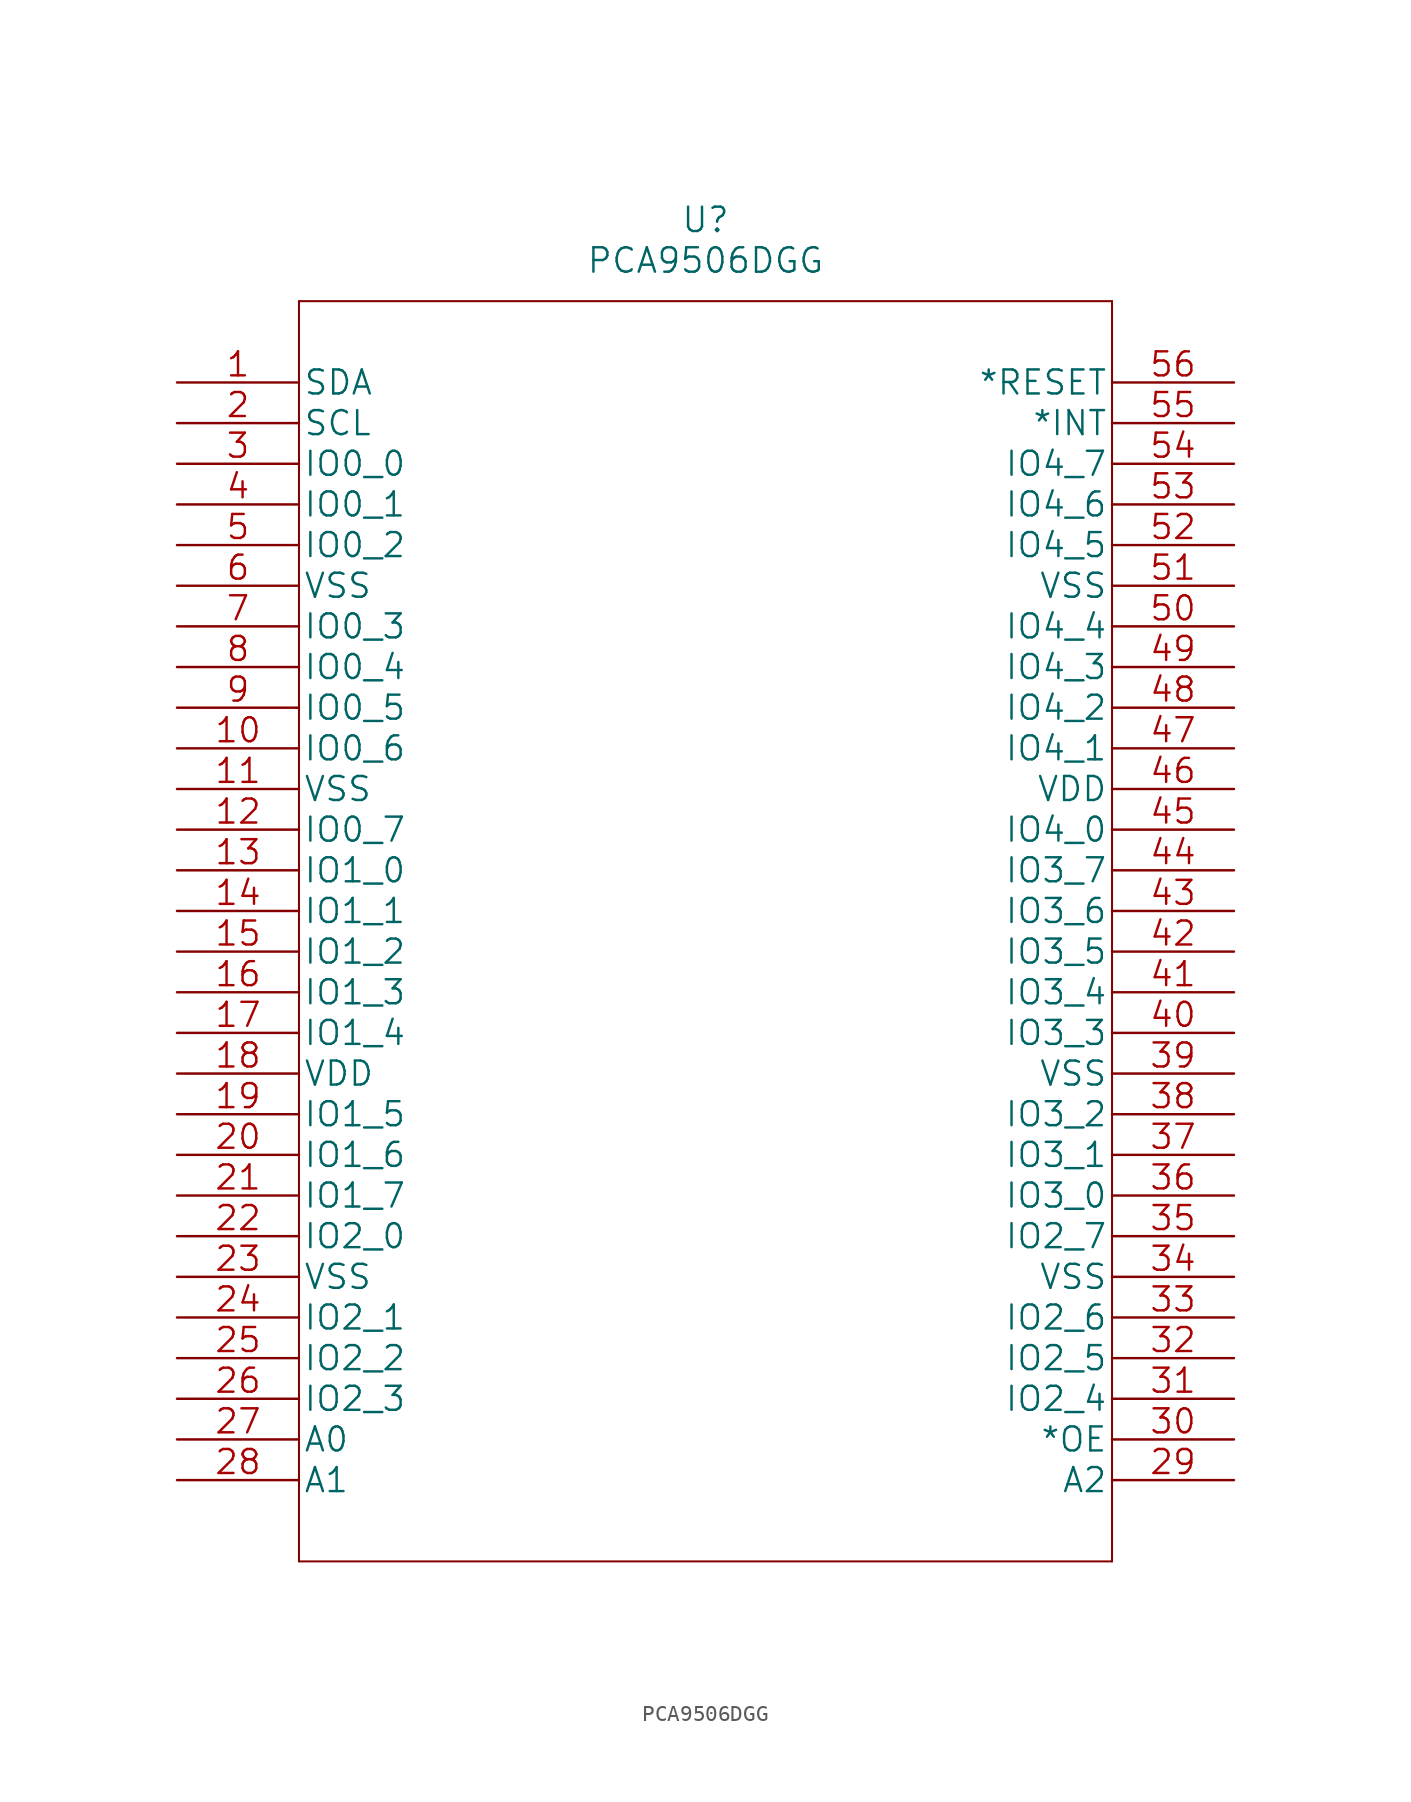
<source format=kicad_sym>
(kicad_symbol_lib
  (version 20211014)
  (generator kicad_symbol_editor)
  (symbol "PCA9506DGG"
    (pin_names
      (offset 0.254))
    (property "Reference" "U"
      (at 33.02 10.16 0)
      (effects (font (size 1.524 1.524))))
    (property "Value" "PCA9506DGG"
      (at 33.02 7.62 0)
      (effects (font (size 1.524 1.524))))
    (symbol "PCA9506DGG_1_1"
      (polyline (pts (xy 7.62 -73.66) (xy 58.42 -73.66)) (stroke (width 0.127) (type default) (color 0 0 0 0)) (fill (type none)))
      (polyline (pts (xy 7.62 5.08) (xy 7.62 -73.66)) (stroke (width 0.127) (type default) (color 0 0 0 0)) (fill (type none)))
      (polyline (pts (xy 58.42 -73.66) (xy 58.42 5.08)) (stroke (width 0.127) (type default) (color 0 0 0 0)) (fill (type none)))
      (polyline (pts (xy 58.42 5.08) (xy 7.62 5.08)) (stroke (width 0.127) (type default) (color 0 0 0 0)) (fill (type none)))
      (pin unspecified line (at 0 0 0) (length 7.62) (name "SDA" (effects (font (size 1.499 1.499)))) (number "1" (effects (font (size 1.499 1.499)))))
      (pin unspecified line (at 0 -22.86 0) (length 7.62) (name "IO0_6" (effects (font (size 1.499 1.499)))) (number "10" (effects (font (size 1.499 1.499)))))
      (pin unspecified line (at 0 -25.4 0) (length 7.62) (name "VSS" (effects (font (size 1.499 1.499)))) (number "11" (effects (font (size 1.499 1.499)))))
      (pin unspecified line (at 0 -27.94 0) (length 7.62) (name "IO0_7" (effects (font (size 1.499 1.499)))) (number "12" (effects (font (size 1.499 1.499)))))
      (pin unspecified line (at 0 -30.48 0) (length 7.62) (name "IO1_0" (effects (font (size 1.499 1.499)))) (number "13" (effects (font (size 1.499 1.499)))))
      (pin unspecified line (at 0 -33.02 0) (length 7.62) (name "IO1_1" (effects (font (size 1.499 1.499)))) (number "14" (effects (font (size 1.499 1.499)))))
      (pin unspecified line (at 0 -35.56 0) (length 7.62) (name "IO1_2" (effects (font (size 1.499 1.499)))) (number "15" (effects (font (size 1.499 1.499)))))
      (pin unspecified line (at 0 -38.1 0) (length 7.62) (name "IO1_3" (effects (font (size 1.499 1.499)))) (number "16" (effects (font (size 1.499 1.499)))))
      (pin unspecified line (at 0 -40.64 0) (length 7.62) (name "IO1_4" (effects (font (size 1.499 1.499)))) (number "17" (effects (font (size 1.499 1.499)))))
      (pin unspecified line (at 0 -43.18 0) (length 7.62) (name "VDD" (effects (font (size 1.499 1.499)))) (number "18" (effects (font (size 1.499 1.499)))))
      (pin unspecified line (at 0 -45.72 0) (length 7.62) (name "IO1_5" (effects (font (size 1.499 1.499)))) (number "19" (effects (font (size 1.499 1.499)))))
      (pin unspecified line (at 0 -2.54 0) (length 7.62) (name "SCL" (effects (font (size 1.499 1.499)))) (number "2" (effects (font (size 1.499 1.499)))))
      (pin unspecified line (at 0 -48.26 0) (length 7.62) (name "IO1_6" (effects (font (size 1.499 1.499)))) (number "20" (effects (font (size 1.499 1.499)))))
      (pin unspecified line (at 0 -50.8 0) (length 7.62) (name "IO1_7" (effects (font (size 1.499 1.499)))) (number "21" (effects (font (size 1.499 1.499)))))
      (pin unspecified line (at 0 -53.34 0) (length 7.62) (name "IO2_0" (effects (font (size 1.499 1.499)))) (number "22" (effects (font (size 1.499 1.499)))))
      (pin unspecified line (at 0 -55.88 0) (length 7.62) (name "VSS" (effects (font (size 1.499 1.499)))) (number "23" (effects (font (size 1.499 1.499)))))
      (pin unspecified line (at 0 -58.42 0) (length 7.62) (name "IO2_1" (effects (font (size 1.499 1.499)))) (number "24" (effects (font (size 1.499 1.499)))))
      (pin unspecified line (at 0 -60.96 0) (length 7.62) (name "IO2_2" (effects (font (size 1.499 1.499)))) (number "25" (effects (font (size 1.499 1.499)))))
      (pin unspecified line (at 0 -63.5 0) (length 7.62) (name "IO2_3" (effects (font (size 1.499 1.499)))) (number "26" (effects (font (size 1.499 1.499)))))
      (pin unspecified line (at 0 -66.04 0) (length 7.62) (name "A0" (effects (font (size 1.499 1.499)))) (number "27" (effects (font (size 1.499 1.499)))))
      (pin unspecified line (at 0 -68.58 0) (length 7.62) (name "A1" (effects (font (size 1.499 1.499)))) (number "28" (effects (font (size 1.499 1.499)))))
      (pin unspecified line (at 66.04 -68.58 180) (length 7.62) (name "A2" (effects (font (size 1.499 1.499)))) (number "29" (effects (font (size 1.499 1.499)))))
      (pin unspecified line (at 0 -5.08 0) (length 7.62) (name "IO0_0" (effects (font (size 1.499 1.499)))) (number "3" (effects (font (size 1.499 1.499)))))
      (pin unspecified line (at 66.04 -66.04 180) (length 7.62) (name "*OE" (effects (font (size 1.499 1.499)))) (number "30" (effects (font (size 1.499 1.499)))))
      (pin unspecified line (at 66.04 -63.5 180) (length 7.62) (name "IO2_4" (effects (font (size 1.499 1.499)))) (number "31" (effects (font (size 1.499 1.499)))))
      (pin unspecified line (at 66.04 -60.96 180) (length 7.62) (name "IO2_5" (effects (font (size 1.499 1.499)))) (number "32" (effects (font (size 1.499 1.499)))))
      (pin unspecified line (at 66.04 -58.42 180) (length 7.62) (name "IO2_6" (effects (font (size 1.499 1.499)))) (number "33" (effects (font (size 1.499 1.499)))))
      (pin unspecified line (at 66.04 -55.88 180) (length 7.62) (name "VSS" (effects (font (size 1.499 1.499)))) (number "34" (effects (font (size 1.499 1.499)))))
      (pin unspecified line (at 66.04 -53.34 180) (length 7.62) (name "IO2_7" (effects (font (size 1.499 1.499)))) (number "35" (effects (font (size 1.499 1.499)))))
      (pin unspecified line (at 66.04 -50.8 180) (length 7.62) (name "IO3_0" (effects (font (size 1.499 1.499)))) (number "36" (effects (font (size 1.499 1.499)))))
      (pin unspecified line (at 66.04 -48.26 180) (length 7.62) (name "IO3_1" (effects (font (size 1.499 1.499)))) (number "37" (effects (font (size 1.499 1.499)))))
      (pin unspecified line (at 66.04 -45.72 180) (length 7.62) (name "IO3_2" (effects (font (size 1.499 1.499)))) (number "38" (effects (font (size 1.499 1.499)))))
      (pin unspecified line (at 66.04 -43.18 180) (length 7.62) (name "VSS" (effects (font (size 1.499 1.499)))) (number "39" (effects (font (size 1.499 1.499)))))
      (pin unspecified line (at 0 -7.62 0) (length 7.62) (name "IO0_1" (effects (font (size 1.499 1.499)))) (number "4" (effects (font (size 1.499 1.499)))))
      (pin unspecified line (at 66.04 -40.64 180) (length 7.62) (name "IO3_3" (effects (font (size 1.499 1.499)))) (number "40" (effects (font (size 1.499 1.499)))))
      (pin unspecified line (at 66.04 -38.1 180) (length 7.62) (name "IO3_4" (effects (font (size 1.499 1.499)))) (number "41" (effects (font (size 1.499 1.499)))))
      (pin unspecified line (at 66.04 -35.56 180) (length 7.62) (name "IO3_5" (effects (font (size 1.499 1.499)))) (number "42" (effects (font (size 1.499 1.499)))))
      (pin unspecified line (at 66.04 -33.02 180) (length 7.62) (name "IO3_6" (effects (font (size 1.499 1.499)))) (number "43" (effects (font (size 1.499 1.499)))))
      (pin unspecified line (at 66.04 -30.48 180) (length 7.62) (name "IO3_7" (effects (font (size 1.499 1.499)))) (number "44" (effects (font (size 1.499 1.499)))))
      (pin unspecified line (at 66.04 -27.94 180) (length 7.62) (name "IO4_0" (effects (font (size 1.499 1.499)))) (number "45" (effects (font (size 1.499 1.499)))))
      (pin unspecified line (at 66.04 -25.4 180) (length 7.62) (name "VDD" (effects (font (size 1.499 1.499)))) (number "46" (effects (font (size 1.499 1.499)))))
      (pin unspecified line (at 66.04 -22.86 180) (length 7.62) (name "IO4_1" (effects (font (size 1.499 1.499)))) (number "47" (effects (font (size 1.499 1.499)))))
      (pin unspecified line (at 66.04 -20.32 180) (length 7.62) (name "IO4_2" (effects (font (size 1.499 1.499)))) (number "48" (effects (font (size 1.499 1.499)))))
      (pin unspecified line (at 66.04 -17.78 180) (length 7.62) (name "IO4_3" (effects (font (size 1.499 1.499)))) (number "49" (effects (font (size 1.499 1.499)))))
      (pin unspecified line (at 0 -10.16 0) (length 7.62) (name "IO0_2" (effects (font (size 1.499 1.499)))) (number "5" (effects (font (size 1.499 1.499)))))
      (pin unspecified line (at 66.04 -15.24 180) (length 7.62) (name "IO4_4" (effects (font (size 1.499 1.499)))) (number "50" (effects (font (size 1.499 1.499)))))
      (pin unspecified line (at 66.04 -12.7 180) (length 7.62) (name "VSS" (effects (font (size 1.499 1.499)))) (number "51" (effects (font (size 1.499 1.499)))))
      (pin unspecified line (at 66.04 -10.16 180) (length 7.62) (name "IO4_5" (effects (font (size 1.499 1.499)))) (number "52" (effects (font (size 1.499 1.499)))))
      (pin unspecified line (at 66.04 -7.62 180) (length 7.62) (name "IO4_6" (effects (font (size 1.499 1.499)))) (number "53" (effects (font (size 1.499 1.499)))))
      (pin unspecified line (at 66.04 -5.08 180) (length 7.62) (name "IO4_7" (effects (font (size 1.499 1.499)))) (number "54" (effects (font (size 1.499 1.499)))))
      (pin unspecified line (at 66.04 -2.54 180) (length 7.62) (name "*INT" (effects (font (size 1.499 1.499)))) (number "55" (effects (font (size 1.499 1.499)))))
      (pin unspecified line (at 66.04 0 180) (length 7.62) (name "*RESET" (effects (font (size 1.499 1.499)))) (number "56" (effects (font (size 1.499 1.499)))))
      (pin unspecified line (at 0 -12.7 0) (length 7.62) (name "VSS" (effects (font (size 1.499 1.499)))) (number "6" (effects (font (size 1.499 1.499)))))
      (pin unspecified line (at 0 -15.24 0) (length 7.62) (name "IO0_3" (effects (font (size 1.499 1.499)))) (number "7" (effects (font (size 1.499 1.499)))))
      (pin unspecified line (at 0 -17.78 0) (length 7.62) (name "IO0_4" (effects (font (size 1.499 1.499)))) (number "8" (effects (font (size 1.499 1.499)))))
      (pin unspecified line (at 0 -20.32 0) (length 7.62) (name "IO0_5" (effects (font (size 1.499 1.499)))) (number "9" (effects (font (size 1.499 1.499))))))))
</source>
